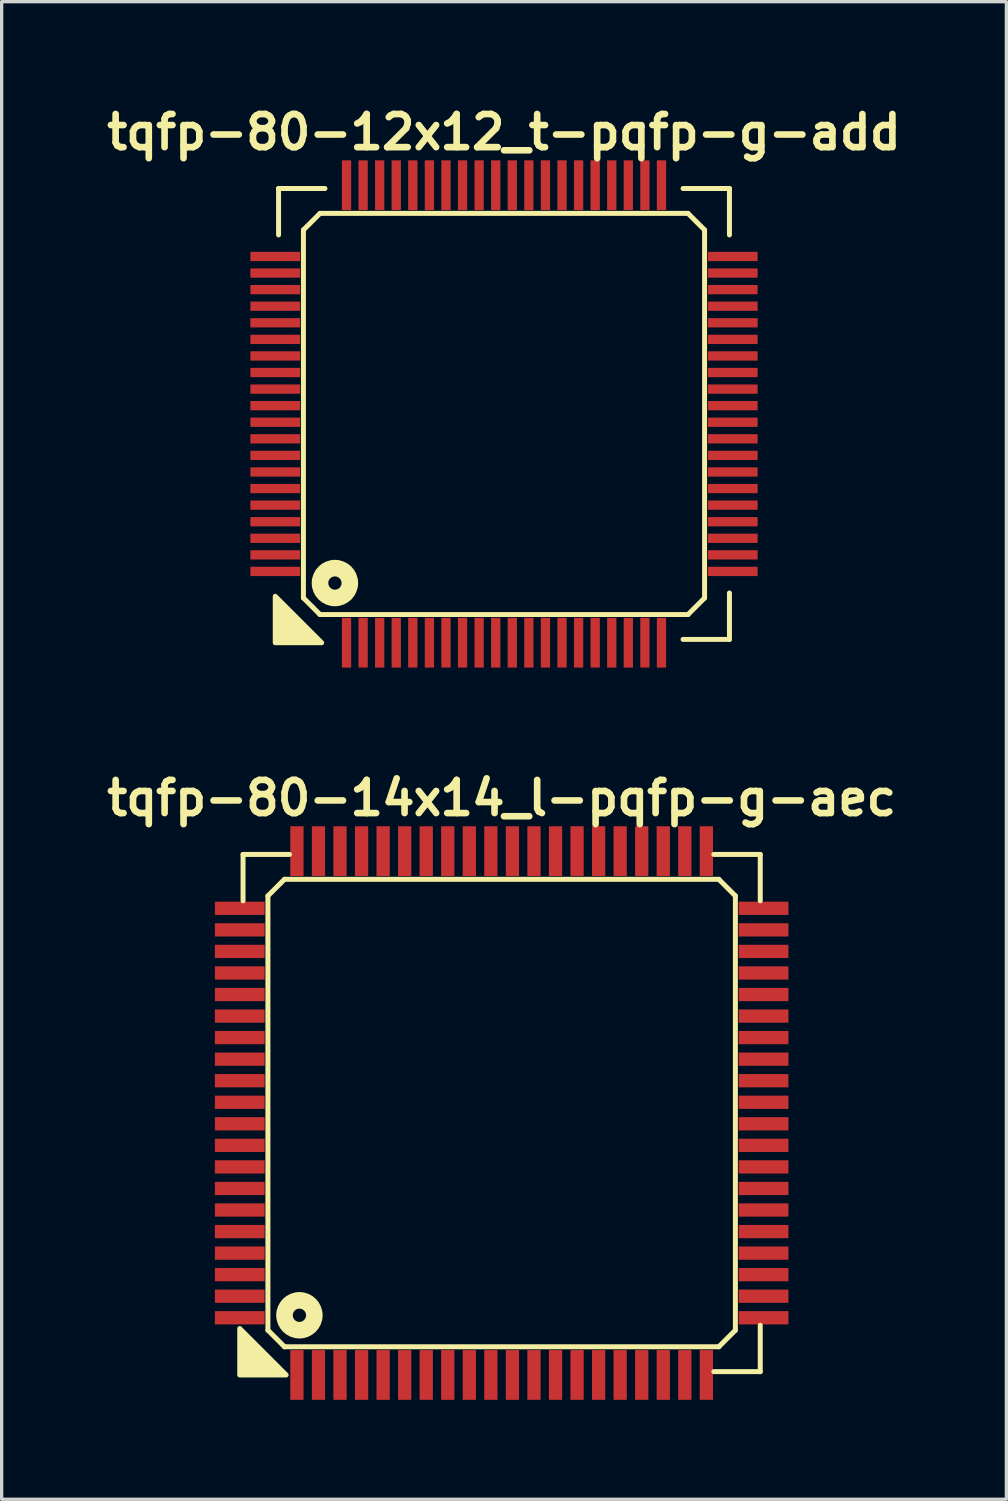
<source format=kicad_pcb>
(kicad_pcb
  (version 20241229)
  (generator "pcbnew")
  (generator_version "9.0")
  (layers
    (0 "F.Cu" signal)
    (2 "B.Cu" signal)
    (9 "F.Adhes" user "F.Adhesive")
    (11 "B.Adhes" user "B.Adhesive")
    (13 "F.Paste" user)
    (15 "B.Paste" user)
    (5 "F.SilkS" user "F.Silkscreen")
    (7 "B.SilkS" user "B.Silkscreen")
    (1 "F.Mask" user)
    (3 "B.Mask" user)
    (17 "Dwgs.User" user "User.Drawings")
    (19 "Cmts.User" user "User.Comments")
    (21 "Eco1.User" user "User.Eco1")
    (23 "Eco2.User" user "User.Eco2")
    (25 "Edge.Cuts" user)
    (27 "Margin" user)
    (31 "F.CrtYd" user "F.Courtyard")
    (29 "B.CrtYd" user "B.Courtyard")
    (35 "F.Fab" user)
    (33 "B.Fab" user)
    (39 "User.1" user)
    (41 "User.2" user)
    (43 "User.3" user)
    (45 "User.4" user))
  (footprint "tqfp-80-14x14_l-pqfp-g-aec"
    (layer "F.Cu")
    (at 12.081 30.522)
    (property "Reference" "tqfp-80-14x14_l-pqfp-g-aec" (at 0 -9.5 0) (layer "F.SilkS") (effects (font (size 1 1) (thickness 0.2))))
    (attr smd)
    (fp_line (start -7.8 -7.8) (end -6.4 -7.8) (stroke (width 0.15) (type solid)) (layer "F.SilkS"))
    (fp_line (start -7.8 -6.4) (end -7.8 -7.8) (stroke (width 0.15) (type solid)) (layer "F.SilkS"))
    (fp_line (start -7.05 -6.55) (end -6.55 -7.05) (stroke (width 0.15) (type solid)) (layer "F.SilkS"))
    (fp_line (start -7.05 6.55) (end -7.05 -6.55) (stroke (width 0.15) (type solid)) (layer "F.SilkS"))
    (fp_line (start -6.55 -7.05) (end 6.55 -7.05) (stroke (width 0.15) (type solid)) (layer "F.SilkS"))
    (fp_line (start -6.55 7.05) (end -7.05 6.55) (stroke (width 0.15) (type solid)) (layer "F.SilkS"))
    (fp_line (start 6.4 -7.8) (end 7.8 -7.8) (stroke (width 0.15) (type solid)) (layer "F.SilkS"))
    (fp_line (start 6.55 -7.05) (end 7.05 -6.55) (stroke (width 0.15) (type solid)) (layer "F.SilkS"))
    (fp_line (start 6.55 7.05) (end -6.55 7.05) (stroke (width 0.15) (type solid)) (layer "F.SilkS"))
    (fp_line (start 7.05 -6.55) (end 7.05 6.55) (stroke (width 0.15) (type solid)) (layer "F.SilkS"))
    (fp_line (start 7.05 6.55) (end 6.55 7.05) (stroke (width 0.15) (type solid)) (layer "F.SilkS"))
    (fp_line (start 7.8 -7.8) (end 7.8 -6.4) (stroke (width 0.15) (type solid)) (layer "F.SilkS"))
    (fp_line (start 7.8 6.4) (end 7.8 7.8) (stroke (width 0.15) (type solid)) (layer "F.SilkS"))
    (fp_line (start 7.8 7.8) (end 6.4 7.8) (stroke (width 0.15) (type solid)) (layer "F.SilkS"))
    (fp_circle (center -6.1 6.1) (end -5.9 6.1) (stroke (width 0.5) (type solid)) (fill no) (layer "F.SilkS"))
    (fp_poly (pts (xy -6.5 7.9) (xy -7.9 7.9) (xy -7.9 6.5)) (stroke (width 0.15) (type solid)) (fill yes) (layer "F.SilkS"))
    (pad "1" smd rect (at -6.175 7.9) (size 0.4 1.5) (layers "F.Cu" "F.Mask" "F.Paste"))
    (pad "2" smd rect (at -5.525 7.9) (size 0.4 1.5) (layers "F.Cu" "F.Mask" "F.Paste"))
    (pad "3" smd rect (at -4.875 7.9) (size 0.4 1.5) (layers "F.Cu" "F.Mask" "F.Paste"))
    (pad "4" smd rect (at -4.225 7.9) (size 0.4 1.5) (layers "F.Cu" "F.Mask" "F.Paste"))
    (pad "5" smd rect (at -3.575 7.9) (size 0.4 1.5) (layers "F.Cu" "F.Mask" "F.Paste"))
    (pad "6" smd rect (at -2.925 7.9) (size 0.4 1.5) (layers "F.Cu" "F.Mask" "F.Paste"))
    (pad "7" smd rect (at -2.275 7.9) (size 0.4 1.5) (layers "F.Cu" "F.Mask" "F.Paste"))
    (pad "8" smd rect (at -1.625 7.9) (size 0.4 1.5) (layers "F.Cu" "F.Mask" "F.Paste"))
    (pad "9" smd rect (at -0.975 7.9) (size 0.4 1.5) (layers "F.Cu" "F.Mask" "F.Paste"))
    (pad "10" smd rect (at -0.325 7.9) (size 0.4 1.5) (layers "F.Cu" "F.Mask" "F.Paste"))
    (pad "11" smd rect (at 0.325 7.9) (size 0.4 1.5) (layers "F.Cu" "F.Mask" "F.Paste"))
    (pad "12" smd rect (at 0.975 7.9) (size 0.4 1.5) (layers "F.Cu" "F.Mask" "F.Paste"))
    (pad "13" smd rect (at 1.625 7.9) (size 0.4 1.5) (layers "F.Cu" "F.Mask" "F.Paste"))
    (pad "14" smd rect (at 2.275 7.9) (size 0.4 1.5) (layers "F.Cu" "F.Mask" "F.Paste"))
    (pad "15" smd rect (at 2.925 7.9) (size 0.4 1.5) (layers "F.Cu" "F.Mask" "F.Paste"))
    (pad "16" smd rect (at 3.575 7.9) (size 0.4 1.5) (layers "F.Cu" "F.Mask" "F.Paste"))
    (pad "17" smd rect (at 4.225 7.9) (size 0.4 1.5) (layers "F.Cu" "F.Mask" "F.Paste"))
    (pad "18" smd rect (at 4.875 7.9) (size 0.4 1.5) (layers "F.Cu" "F.Mask" "F.Paste"))
    (pad "19" smd rect (at 5.525 7.9) (size 0.4 1.5) (layers "F.Cu" "F.Mask" "F.Paste"))
    (pad "20" smd rect (at 6.175 7.9) (size 0.4 1.5) (layers "F.Cu" "F.Mask" "F.Paste"))
    (pad "21" smd rect (at 7.9 6.175) (size 1.5 0.4) (layers "F.Cu" "F.Mask" "F.Paste"))
    (pad "22" smd rect (at 7.9 5.525) (size 1.5 0.4) (layers "F.Cu" "F.Mask" "F.Paste"))
    (pad "23" smd rect (at 7.9 4.875) (size 1.5 0.4) (layers "F.Cu" "F.Mask" "F.Paste"))
    (pad "24" smd rect (at 7.9 4.225) (size 1.5 0.4) (layers "F.Cu" "F.Mask" "F.Paste"))
    (pad "25" smd rect (at 7.9 3.575) (size 1.5 0.4) (layers "F.Cu" "F.Mask" "F.Paste"))
    (pad "26" smd rect (at 7.9 2.925) (size 1.5 0.4) (layers "F.Cu" "F.Mask" "F.Paste"))
    (pad "27" smd rect (at 7.9 2.275) (size 1.5 0.4) (layers "F.Cu" "F.Mask" "F.Paste"))
    (pad "28" smd rect (at 7.9 1.625) (size 1.5 0.4) (layers "F.Cu" "F.Mask" "F.Paste"))
    (pad "29" smd rect (at 7.9 0.975) (size 1.5 0.4) (layers "F.Cu" "F.Mask" "F.Paste"))
    (pad "30" smd rect (at 7.9 0.325) (size 1.5 0.4) (layers "F.Cu" "F.Mask" "F.Paste"))
    (pad "31" smd rect (at 7.9 -0.325) (size 1.5 0.4) (layers "F.Cu" "F.Mask" "F.Paste"))
    (pad "32" smd rect (at 7.9 -0.975) (size 1.5 0.4) (layers "F.Cu" "F.Mask" "F.Paste"))
    (pad "33" smd rect (at 7.9 -1.625) (size 1.5 0.4) (layers "F.Cu" "F.Mask" "F.Paste"))
    (pad "34" smd rect (at 7.9 -2.275) (size 1.5 0.4) (layers "F.Cu" "F.Mask" "F.Paste"))
    (pad "35" smd rect (at 7.9 -2.925) (size 1.5 0.4) (layers "F.Cu" "F.Mask" "F.Paste"))
    (pad "36" smd rect (at 7.9 -3.575) (size 1.5 0.4) (layers "F.Cu" "F.Mask" "F.Paste"))
    (pad "37" smd rect (at 7.9 -4.225) (size 1.5 0.4) (layers "F.Cu" "F.Mask" "F.Paste"))
    (pad "38" smd rect (at 7.9 -4.875) (size 1.5 0.4) (layers "F.Cu" "F.Mask" "F.Paste"))
    (pad "39" smd rect (at 7.9 -5.525) (size 1.5 0.4) (layers "F.Cu" "F.Mask" "F.Paste"))
    (pad "40" smd rect (at 7.9 -6.175) (size 1.5 0.4) (layers "F.Cu" "F.Mask" "F.Paste"))
    (pad "41" smd rect (at 6.175 -7.9) (size 0.4 1.5) (layers "F.Cu" "F.Mask" "F.Paste"))
    (pad "42" smd rect (at 5.525 -7.9) (size 0.4 1.5) (layers "F.Cu" "F.Mask" "F.Paste"))
    (pad "43" smd rect (at 4.875 -7.9) (size 0.4 1.5) (layers "F.Cu" "F.Mask" "F.Paste"))
    (pad "44" smd rect (at 4.225 -7.9) (size 0.4 1.5) (layers "F.Cu" "F.Mask" "F.Paste"))
    (pad "45" smd rect (at 3.575 -7.9) (size 0.4 1.5) (layers "F.Cu" "F.Mask" "F.Paste"))
    (pad "46" smd rect (at 2.925 -7.9) (size 0.4 1.5) (layers "F.Cu" "F.Mask" "F.Paste"))
    (pad "47" smd rect (at 2.275 -7.9) (size 0.4 1.5) (layers "F.Cu" "F.Mask" "F.Paste"))
    (pad "48" smd rect (at 1.625 -7.9) (size 0.4 1.5) (layers "F.Cu" "F.Mask" "F.Paste"))
    (pad "49" smd rect (at 0.975 -7.9) (size 0.4 1.5) (layers "F.Cu" "F.Mask" "F.Paste"))
    (pad "50" smd rect (at 0.325 -7.9) (size 0.4 1.5) (layers "F.Cu" "F.Mask" "F.Paste"))
    (pad "51" smd rect (at -0.325 -7.9) (size 0.4 1.5) (layers "F.Cu" "F.Mask" "F.Paste"))
    (pad "52" smd rect (at -0.975 -7.9) (size 0.4 1.5) (layers "F.Cu" "F.Mask" "F.Paste"))
    (pad "53" smd rect (at -1.625 -7.9) (size 0.4 1.5) (layers "F.Cu" "F.Mask" "F.Paste"))
    (pad "54" smd rect (at -2.275 -7.9) (size 0.4 1.5) (layers "F.Cu" "F.Mask" "F.Paste"))
    (pad "55" smd rect (at -2.925 -7.9) (size 0.4 1.5) (layers "F.Cu" "F.Mask" "F.Paste"))
    (pad "56" smd rect (at -3.575 -7.9) (size 0.4 1.5) (layers "F.Cu" "F.Mask" "F.Paste"))
    (pad "57" smd rect (at -4.225 -7.9) (size 0.4 1.5) (layers "F.Cu" "F.Mask" "F.Paste"))
    (pad "58" smd rect (at -4.875 -7.9) (size 0.4 1.5) (layers "F.Cu" "F.Mask" "F.Paste"))
    (pad "59" smd rect (at -5.525 -7.9) (size 0.4 1.5) (layers "F.Cu" "F.Mask" "F.Paste"))
    (pad "60" smd rect (at -6.175 -7.9) (size 0.4 1.5) (layers "F.Cu" "F.Mask" "F.Paste"))
    (pad "61" smd rect (at -7.9 -6.175) (size 1.5 0.4) (layers "F.Cu" "F.Mask" "F.Paste"))
    (pad "62" smd rect (at -7.9 -5.525) (size 1.5 0.4) (layers "F.Cu" "F.Mask" "F.Paste"))
    (pad "63" smd rect (at -7.9 -4.875) (size 1.5 0.4) (layers "F.Cu" "F.Mask" "F.Paste"))
    (pad "64" smd rect (at -7.9 -4.225) (size 1.5 0.4) (layers "F.Cu" "F.Mask" "F.Paste"))
    (pad "65" smd rect (at -7.9 -3.575) (size 1.5 0.4) (layers "F.Cu" "F.Mask" "F.Paste"))
    (pad "66" smd rect (at -7.9 -2.925) (size 1.5 0.4) (layers "F.Cu" "F.Mask" "F.Paste"))
    (pad "67" smd rect (at -7.9 -2.275) (size 1.5 0.4) (layers "F.Cu" "F.Mask" "F.Paste"))
    (pad "68" smd rect (at -7.9 -1.625) (size 1.5 0.4) (layers "F.Cu" "F.Mask" "F.Paste"))
    (pad "69" smd rect (at -7.9 -0.975) (size 1.5 0.4) (layers "F.Cu" "F.Mask" "F.Paste"))
    (pad "70" smd rect (at -7.9 -0.325) (size 1.5 0.4) (layers "F.Cu" "F.Mask" "F.Paste"))
    (pad "71" smd rect (at -7.9 0.325) (size 1.5 0.4) (layers "F.Cu" "F.Mask" "F.Paste"))
    (pad "72" smd rect (at -7.9 0.975) (size 1.5 0.4) (layers "F.Cu" "F.Mask" "F.Paste"))
    (pad "73" smd rect (at -7.9 1.625) (size 1.5 0.4) (layers "F.Cu" "F.Mask" "F.Paste"))
    (pad "74" smd rect (at -7.9 2.275) (size 1.5 0.4) (layers "F.Cu" "F.Mask" "F.Paste"))
    (pad "75" smd rect (at -7.9 2.925) (size 1.5 0.4) (layers "F.Cu" "F.Mask" "F.Paste"))
    (pad "76" smd rect (at -7.9 3.575) (size 1.5 0.4) (layers "F.Cu" "F.Mask" "F.Paste"))
    (pad "77" smd rect (at -7.9 4.225) (size 1.5 0.4) (layers "F.Cu" "F.Mask" "F.Paste"))
    (pad "78" smd rect (at -7.9 4.875) (size 1.5 0.4) (layers "F.Cu" "F.Mask" "F.Paste"))
    (pad "79" smd rect (at -7.9 5.525) (size 1.5 0.4) (layers "F.Cu" "F.Mask" "F.Paste"))
    (pad "80" smd rect (at -7.9 6.175) (size 1.5 0.4) (layers "F.Cu" "F.Mask" "F.Paste")))
  (footprint "tqfp-80-12x12_t-pqfp-g-add"
    (layer "F.Cu")
    (at 12.152 9.436)
    (property "Reference" "tqfp-80-12x12_t-pqfp-g-add" (at 0 -8.5 0) (layer "F.SilkS") (effects (font (size 1 1) (thickness 0.2))))
    (attr smd)
    (fp_line (start -6.8 -6.8) (end -5.4 -6.8) (stroke (width 0.15) (type solid)) (layer "F.SilkS"))
    (fp_line (start -6.8 -5.4) (end -6.8 -6.8) (stroke (width 0.15) (type solid)) (layer "F.SilkS"))
    (fp_line (start -6.05 -5.55) (end -5.55 -6.05) (stroke (width 0.15) (type solid)) (layer "F.SilkS"))
    (fp_line (start -6.05 5.55) (end -6.05 -5.55) (stroke (width 0.15) (type solid)) (layer "F.SilkS"))
    (fp_line (start -5.55 -6.05) (end 5.55 -6.05) (stroke (width 0.15) (type solid)) (layer "F.SilkS"))
    (fp_line (start -5.55 6.05) (end -6.05 5.55) (stroke (width 0.15) (type solid)) (layer "F.SilkS"))
    (fp_line (start 5.4 -6.8) (end 6.8 -6.8) (stroke (width 0.15) (type solid)) (layer "F.SilkS"))
    (fp_line (start 5.55 -6.05) (end 6.05 -5.55) (stroke (width 0.15) (type solid)) (layer "F.SilkS"))
    (fp_line (start 5.55 6.05) (end -5.55 6.05) (stroke (width 0.15) (type solid)) (layer "F.SilkS"))
    (fp_line (start 6.05 -5.55) (end 6.05 5.55) (stroke (width 0.15) (type solid)) (layer "F.SilkS"))
    (fp_line (start 6.05 5.55) (end 5.55 6.05) (stroke (width 0.15) (type solid)) (layer "F.SilkS"))
    (fp_line (start 6.8 -6.8) (end 6.8 -5.4) (stroke (width 0.15) (type solid)) (layer "F.SilkS"))
    (fp_line (start 6.8 5.4) (end 6.8 6.8) (stroke (width 0.15) (type solid)) (layer "F.SilkS"))
    (fp_line (start 6.8 6.8) (end 5.4 6.8) (stroke (width 0.15) (type solid)) (layer "F.SilkS"))
    (fp_circle (center -5.1 5.1) (end -4.9 5.1) (stroke (width 0.5) (type solid)) (fill no) (layer "F.SilkS"))
    (fp_poly (pts (xy -5.5 6.9) (xy -6.9 6.9) (xy -6.9 5.5)) (stroke (width 0.15) (type solid)) (fill yes) (layer "F.SilkS"))
    (pad "1" smd rect (at -4.75 6.9) (size 0.28 1.5) (layers "F.Cu" "F.Mask" "F.Paste"))
    (pad "2" smd rect (at -4.25 6.9) (size 0.28 1.5) (layers "F.Cu" "F.Mask" "F.Paste"))
    (pad "3" smd rect (at -3.75 6.9) (size 0.28 1.5) (layers "F.Cu" "F.Mask" "F.Paste"))
    (pad "4" smd rect (at -3.25 6.9) (size 0.28 1.5) (layers "F.Cu" "F.Mask" "F.Paste"))
    (pad "5" smd rect (at -2.75 6.9) (size 0.28 1.5) (layers "F.Cu" "F.Mask" "F.Paste"))
    (pad "6" smd rect (at -2.25 6.9) (size 0.28 1.5) (layers "F.Cu" "F.Mask" "F.Paste"))
    (pad "7" smd rect (at -1.75 6.9) (size 0.28 1.5) (layers "F.Cu" "F.Mask" "F.Paste"))
    (pad "8" smd rect (at -1.25 6.9) (size 0.28 1.5) (layers "F.Cu" "F.Mask" "F.Paste"))
    (pad "9" smd rect (at -0.75 6.9) (size 0.28 1.5) (layers "F.Cu" "F.Mask" "F.Paste"))
    (pad "10" smd rect (at -0.25 6.9) (size 0.28 1.5) (layers "F.Cu" "F.Mask" "F.Paste"))
    (pad "11" smd rect (at 0.25 6.9) (size 0.28 1.5) (layers "F.Cu" "F.Mask" "F.Paste"))
    (pad "12" smd rect (at 0.75 6.9) (size 0.28 1.5) (layers "F.Cu" "F.Mask" "F.Paste"))
    (pad "13" smd rect (at 1.25 6.9) (size 0.28 1.5) (layers "F.Cu" "F.Mask" "F.Paste"))
    (pad "14" smd rect (at 1.75 6.9) (size 0.28 1.5) (layers "F.Cu" "F.Mask" "F.Paste"))
    (pad "15" smd rect (at 2.25 6.9) (size 0.28 1.5) (layers "F.Cu" "F.Mask" "F.Paste"))
    (pad "16" smd rect (at 2.75 6.9) (size 0.28 1.5) (layers "F.Cu" "F.Mask" "F.Paste"))
    (pad "17" smd rect (at 3.25 6.9) (size 0.28 1.5) (layers "F.Cu" "F.Mask" "F.Paste"))
    (pad "18" smd rect (at 3.75 6.9) (size 0.28 1.5) (layers "F.Cu" "F.Mask" "F.Paste"))
    (pad "19" smd rect (at 4.25 6.9) (size 0.28 1.5) (layers "F.Cu" "F.Mask" "F.Paste"))
    (pad "20" smd rect (at 4.75 6.9) (size 0.28 1.5) (layers "F.Cu" "F.Mask" "F.Paste"))
    (pad "21" smd rect (at 6.9 4.75) (size 1.5 0.28) (layers "F.Cu" "F.Mask" "F.Paste"))
    (pad "22" smd rect (at 6.9 4.25) (size 1.5 0.28) (layers "F.Cu" "F.Mask" "F.Paste"))
    (pad "23" smd rect (at 6.9 3.75) (size 1.5 0.28) (layers "F.Cu" "F.Mask" "F.Paste"))
    (pad "24" smd rect (at 6.9 3.25) (size 1.5 0.28) (layers "F.Cu" "F.Mask" "F.Paste"))
    (pad "25" smd rect (at 6.9 2.75) (size 1.5 0.28) (layers "F.Cu" "F.Mask" "F.Paste"))
    (pad "26" smd rect (at 6.9 2.25) (size 1.5 0.28) (layers "F.Cu" "F.Mask" "F.Paste"))
    (pad "27" smd rect (at 6.9 1.75) (size 1.5 0.28) (layers "F.Cu" "F.Mask" "F.Paste"))
    (pad "28" smd rect (at 6.9 1.25) (size 1.5 0.28) (layers "F.Cu" "F.Mask" "F.Paste"))
    (pad "29" smd rect (at 6.9 0.75) (size 1.5 0.28) (layers "F.Cu" "F.Mask" "F.Paste"))
    (pad "30" smd rect (at 6.9 0.25) (size 1.5 0.28) (layers "F.Cu" "F.Mask" "F.Paste"))
    (pad "31" smd rect (at 6.9 -0.25) (size 1.5 0.28) (layers "F.Cu" "F.Mask" "F.Paste"))
    (pad "32" smd rect (at 6.9 -0.75) (size 1.5 0.28) (layers "F.Cu" "F.Mask" "F.Paste"))
    (pad "33" smd rect (at 6.9 -1.25) (size 1.5 0.28) (layers "F.Cu" "F.Mask" "F.Paste"))
    (pad "34" smd rect (at 6.9 -1.75) (size 1.5 0.28) (layers "F.Cu" "F.Mask" "F.Paste"))
    (pad "35" smd rect (at 6.9 -2.25) (size 1.5 0.28) (layers "F.Cu" "F.Mask" "F.Paste"))
    (pad "36" smd rect (at 6.9 -2.75) (size 1.5 0.28) (layers "F.Cu" "F.Mask" "F.Paste"))
    (pad "37" smd rect (at 6.9 -3.25) (size 1.5 0.28) (layers "F.Cu" "F.Mask" "F.Paste"))
    (pad "38" smd rect (at 6.9 -3.75) (size 1.5 0.28) (layers "F.Cu" "F.Mask" "F.Paste"))
    (pad "39" smd rect (at 6.9 -4.25) (size 1.5 0.28) (layers "F.Cu" "F.Mask" "F.Paste"))
    (pad "40" smd rect (at 6.9 -4.75) (size 1.5 0.28) (layers "F.Cu" "F.Mask" "F.Paste"))
    (pad "41" smd rect (at 4.75 -6.9) (size 0.28 1.5) (layers "F.Cu" "F.Mask" "F.Paste"))
    (pad "42" smd rect (at 4.25 -6.9) (size 0.28 1.5) (layers "F.Cu" "F.Mask" "F.Paste"))
    (pad "43" smd rect (at 3.75 -6.9) (size 0.28 1.5) (layers "F.Cu" "F.Mask" "F.Paste"))
    (pad "44" smd rect (at 3.25 -6.9) (size 0.28 1.5) (layers "F.Cu" "F.Mask" "F.Paste"))
    (pad "45" smd rect (at 2.75 -6.9) (size 0.28 1.5) (layers "F.Cu" "F.Mask" "F.Paste"))
    (pad "46" smd rect (at 2.25 -6.9) (size 0.28 1.5) (layers "F.Cu" "F.Mask" "F.Paste"))
    (pad "47" smd rect (at 1.75 -6.9) (size 0.28 1.5) (layers "F.Cu" "F.Mask" "F.Paste"))
    (pad "48" smd rect (at 1.25 -6.9) (size 0.28 1.5) (layers "F.Cu" "F.Mask" "F.Paste"))
    (pad "49" smd rect (at 0.75 -6.9) (size 0.28 1.5) (layers "F.Cu" "F.Mask" "F.Paste"))
    (pad "50" smd rect (at 0.25 -6.9) (size 0.28 1.5) (layers "F.Cu" "F.Mask" "F.Paste"))
    (pad "51" smd rect (at -0.25 -6.9) (size 0.28 1.5) (layers "F.Cu" "F.Mask" "F.Paste"))
    (pad "52" smd rect (at -0.75 -6.9) (size 0.28 1.5) (layers "F.Cu" "F.Mask" "F.Paste"))
    (pad "53" smd rect (at -1.25 -6.9) (size 0.28 1.5) (layers "F.Cu" "F.Mask" "F.Paste"))
    (pad "54" smd rect (at -1.75 -6.9) (size 0.28 1.5) (layers "F.Cu" "F.Mask" "F.Paste"))
    (pad "55" smd rect (at -2.25 -6.9) (size 0.28 1.5) (layers "F.Cu" "F.Mask" "F.Paste"))
    (pad "56" smd rect (at -2.75 -6.9) (size 0.28 1.5) (layers "F.Cu" "F.Mask" "F.Paste"))
    (pad "57" smd rect (at -3.25 -6.9) (size 0.28 1.5) (layers "F.Cu" "F.Mask" "F.Paste"))
    (pad "58" smd rect (at -3.75 -6.9) (size 0.28 1.5) (layers "F.Cu" "F.Mask" "F.Paste"))
    (pad "59" smd rect (at -4.25 -6.9) (size 0.28 1.5) (layers "F.Cu" "F.Mask" "F.Paste"))
    (pad "60" smd rect (at -4.75 -6.9) (size 0.28 1.5) (layers "F.Cu" "F.Mask" "F.Paste"))
    (pad "61" smd rect (at -6.9 -4.75) (size 1.5 0.28) (layers "F.Cu" "F.Mask" "F.Paste"))
    (pad "62" smd rect (at -6.9 -4.25) (size 1.5 0.28) (layers "F.Cu" "F.Mask" "F.Paste"))
    (pad "63" smd rect (at -6.9 -3.75) (size 1.5 0.28) (layers "F.Cu" "F.Mask" "F.Paste"))
    (pad "64" smd rect (at -6.9 -3.25) (size 1.5 0.28) (layers "F.Cu" "F.Mask" "F.Paste"))
    (pad "65" smd rect (at -6.9 -2.75) (size 1.5 0.28) (layers "F.Cu" "F.Mask" "F.Paste"))
    (pad "66" smd rect (at -6.9 -2.25) (size 1.5 0.28) (layers "F.Cu" "F.Mask" "F.Paste"))
    (pad "67" smd rect (at -6.9 -1.75) (size 1.5 0.28) (layers "F.Cu" "F.Mask" "F.Paste"))
    (pad "68" smd rect (at -6.9 -1.25) (size 1.5 0.28) (layers "F.Cu" "F.Mask" "F.Paste"))
    (pad "69" smd rect (at -6.9 -0.75) (size 1.5 0.28) (layers "F.Cu" "F.Mask" "F.Paste"))
    (pad "70" smd rect (at -6.9 -0.25) (size 1.5 0.28) (layers "F.Cu" "F.Mask" "F.Paste"))
    (pad "71" smd rect (at -6.9 0.25) (size 1.5 0.28) (layers "F.Cu" "F.Mask" "F.Paste"))
    (pad "72" smd rect (at -6.9 0.75) (size 1.5 0.28) (layers "F.Cu" "F.Mask" "F.Paste"))
    (pad "73" smd rect (at -6.9 1.25) (size 1.5 0.28) (layers "F.Cu" "F.Mask" "F.Paste"))
    (pad "74" smd rect (at -6.9 1.75) (size 1.5 0.28) (layers "F.Cu" "F.Mask" "F.Paste"))
    (pad "75" smd rect (at -6.9 2.25) (size 1.5 0.28) (layers "F.Cu" "F.Mask" "F.Paste"))
    (pad "76" smd rect (at -6.9 2.75) (size 1.5 0.28) (layers "F.Cu" "F.Mask" "F.Paste"))
    (pad "77" smd rect (at -6.9 3.25) (size 1.5 0.28) (layers "F.Cu" "F.Mask" "F.Paste"))
    (pad "78" smd rect (at -6.9 3.75) (size 1.5 0.28) (layers "F.Cu" "F.Mask" "F.Paste"))
    (pad "79" smd rect (at -6.9 4.25) (size 1.5 0.28) (layers "F.Cu" "F.Mask" "F.Paste"))
    (pad "80" smd rect (at -6.9 4.75) (size 1.5 0.28) (layers "F.Cu" "F.Mask" "F.Paste")))
  (gr_rect
    (start -3 -3)
    (end 27.305 42.172)
    (stroke (width 0.1) (type default))
    (fill no)
    (layer "Edge.Cuts")))
</source>
